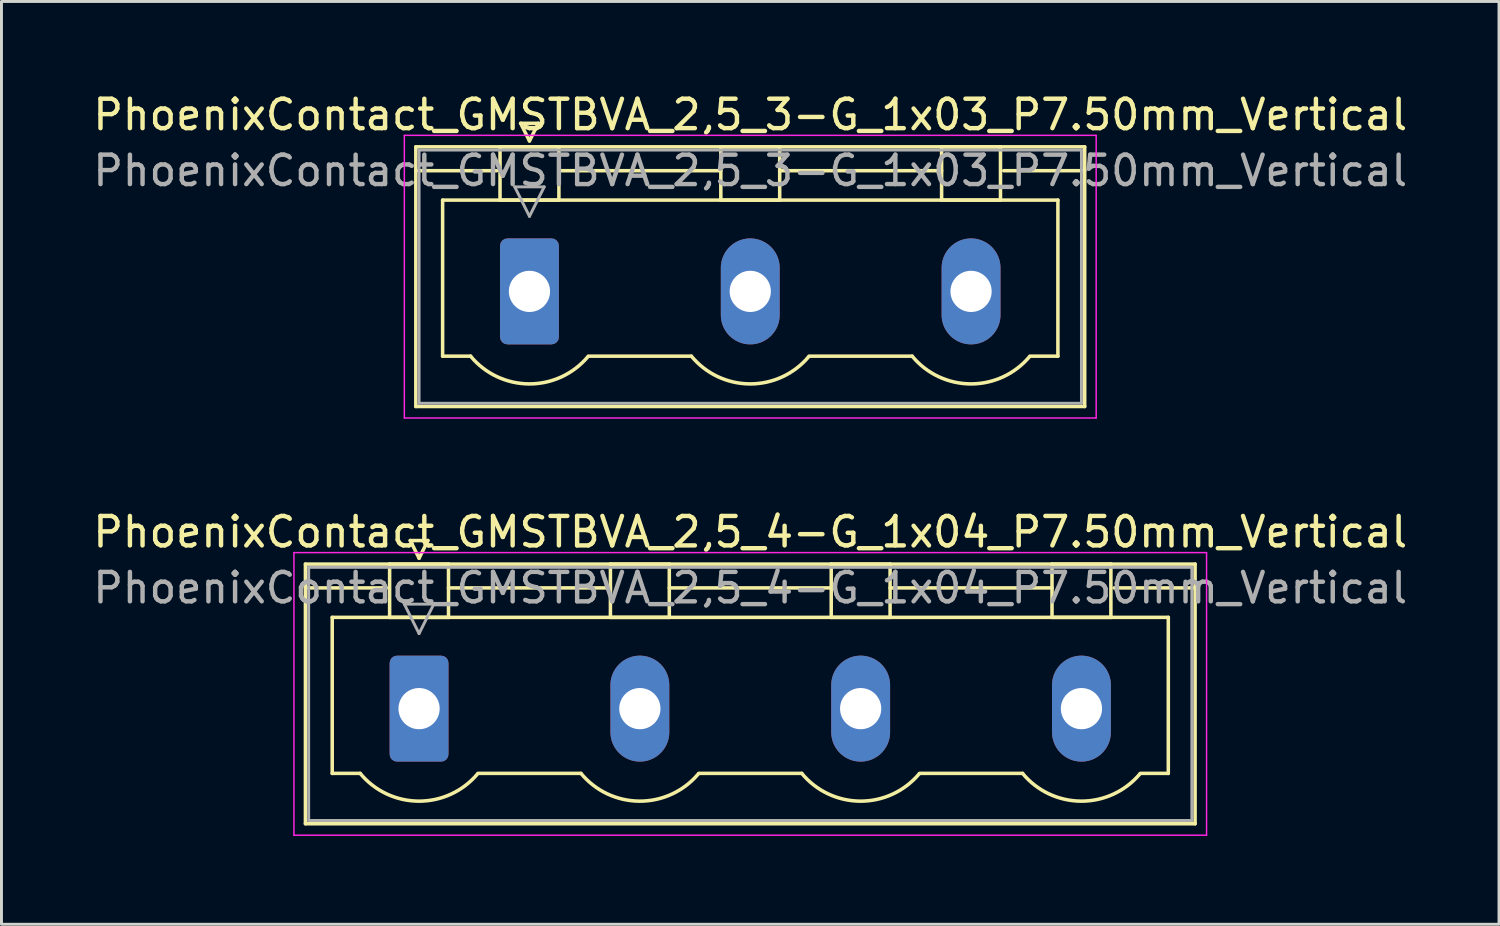
<source format=kicad_pcb>
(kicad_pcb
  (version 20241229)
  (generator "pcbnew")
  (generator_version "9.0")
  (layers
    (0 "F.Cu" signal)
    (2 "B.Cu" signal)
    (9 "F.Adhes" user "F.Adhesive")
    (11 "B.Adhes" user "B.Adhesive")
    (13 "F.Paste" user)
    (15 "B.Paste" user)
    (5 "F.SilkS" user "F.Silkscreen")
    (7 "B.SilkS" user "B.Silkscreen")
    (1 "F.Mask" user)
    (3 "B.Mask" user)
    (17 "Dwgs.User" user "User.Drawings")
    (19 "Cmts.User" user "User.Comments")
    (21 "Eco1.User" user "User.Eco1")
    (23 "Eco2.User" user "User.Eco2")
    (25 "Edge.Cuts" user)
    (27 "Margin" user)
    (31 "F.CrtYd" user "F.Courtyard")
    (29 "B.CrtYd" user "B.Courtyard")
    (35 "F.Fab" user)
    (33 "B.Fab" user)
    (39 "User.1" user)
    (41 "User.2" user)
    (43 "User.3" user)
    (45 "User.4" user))
  (footprint "PhoenixContact_GMSTBVA_2,5_3-G_1x03_P7.50mm_Vertical"
    (layer "F.Cu")
    (at 14.935 6.848)
    (property "Reference" "PhoenixContact_GMSTBVA_2,5_3-G_1x03_P7.50mm_Vertical" (at 7.5 -6 0) (layer "F.SilkS") (effects (font (size 1 1) (thickness 0.15))))
    (attr through_hole)
    (fp_line (start -3.86 -4.91) (end -3.86 3.91) (stroke (width 0.12) (type solid)) (layer "F.SilkS"))
    (fp_line (start -3.86 -4.1) (end -1.11 -4.1) (stroke (width 0.12) (type solid)) (layer "F.SilkS"))
    (fp_line (start -3.86 3.91) (end 18.86 3.91) (stroke (width 0.12) (type solid)) (layer "F.SilkS"))
    (fp_line (start -2.95 -3.1) (end 17.95 -3.1) (stroke (width 0.12) (type solid)) (layer "F.SilkS"))
    (fp_line (start -2.95 2.2) (end -2.95 -3.1) (stroke (width 0.12) (type solid)) (layer "F.SilkS"))
    (fp_line (start -2 2.2) (end -2.95 2.2) (stroke (width 0.12) (type solid)) (layer "F.SilkS"))
    (fp_line (start -1 -4.91) (end 1 -4.91) (stroke (width 0.12) (type solid)) (layer "F.SilkS"))
    (fp_line (start -1 -3.1) (end -1 -4.91) (stroke (width 0.12) (type solid)) (layer "F.SilkS"))
    (fp_line (start -0.3 -5.71) (end 0.3 -5.71) (stroke (width 0.12) (type solid)) (layer "F.SilkS"))
    (fp_line (start 0 -5.11) (end -0.3 -5.71) (stroke (width 0.12) (type solid)) (layer "F.SilkS"))
    (fp_line (start 0.3 -5.71) (end 0 -5.11) (stroke (width 0.12) (type solid)) (layer "F.SilkS"))
    (fp_line (start 1 -4.91) (end 1 -3.1) (stroke (width 0.12) (type solid)) (layer "F.SilkS"))
    (fp_line (start 1 -4.1) (end 6.5 -4.1) (stroke (width 0.12) (type solid)) (layer "F.SilkS"))
    (fp_line (start 1 -3.1) (end -1 -3.1) (stroke (width 0.12) (type solid)) (layer "F.SilkS"))
    (fp_line (start 2 2.2) (end 5.5 2.2) (stroke (width 0.12) (type solid)) (layer "F.SilkS"))
    (fp_line (start 6.5 -4.91) (end 8.5 -4.91) (stroke (width 0.12) (type solid)) (layer "F.SilkS"))
    (fp_line (start 6.5 -3.1) (end 6.5 -4.91) (stroke (width 0.12) (type solid)) (layer "F.SilkS"))
    (fp_line (start 8.5 -4.91) (end 8.5 -3.1) (stroke (width 0.12) (type solid)) (layer "F.SilkS"))
    (fp_line (start 8.5 -4.1) (end 14 -4.1) (stroke (width 0.12) (type solid)) (layer "F.SilkS"))
    (fp_line (start 8.5 -3.1) (end 6.5 -3.1) (stroke (width 0.12) (type solid)) (layer "F.SilkS"))
    (fp_line (start 9.5 2.2) (end 13 2.2) (stroke (width 0.12) (type solid)) (layer "F.SilkS"))
    (fp_line (start 14 -4.91) (end 16 -4.91) (stroke (width 0.12) (type solid)) (layer "F.SilkS"))
    (fp_line (start 14 -3.1) (end 14 -4.91) (stroke (width 0.12) (type solid)) (layer "F.SilkS"))
    (fp_line (start 16 -4.91) (end 16 -3.1) (stroke (width 0.12) (type solid)) (layer "F.SilkS"))
    (fp_line (start 16 -3.1) (end 14 -3.1) (stroke (width 0.12) (type solid)) (layer "F.SilkS"))
    (fp_line (start 17.95 -3.1) (end 17.95 2.2) (stroke (width 0.12) (type solid)) (layer "F.SilkS"))
    (fp_line (start 17.95 2.2) (end 17 2.2) (stroke (width 0.12) (type solid)) (layer "F.SilkS"))
    (fp_line (start 18.86 -4.91) (end -3.86 -4.91) (stroke (width 0.12) (type solid)) (layer "F.SilkS"))
    (fp_line (start 18.86 -4.1) (end 16.11 -4.1) (stroke (width 0.12) (type solid)) (layer "F.SilkS"))
    (fp_line (start 18.86 3.91) (end 18.86 -4.91) (stroke (width 0.12) (type solid)) (layer "F.SilkS"))
    (fp_arc (start 1.986842 2.215821) (mid -0.010289 3.142758) (end -2 2.2) (stroke (width 0.12) (type solid)) (layer "F.SilkS"))
    (fp_arc (start 9.486842 2.215821) (mid 7.489711 3.142758) (end 5.5 2.2) (stroke (width 0.12) (type solid)) (layer "F.SilkS"))
    (fp_arc (start 16.986842 2.215821) (mid 14.989711 3.142758) (end 13 2.2) (stroke (width 0.12) (type solid)) (layer "F.SilkS"))
    (fp_line (start -4.25 -5.3) (end -4.25 4.3) (stroke (width 0.05) (type solid)) (layer "F.CrtYd"))
    (fp_line (start -4.25 4.3) (end 19.25 4.3) (stroke (width 0.05) (type solid)) (layer "F.CrtYd"))
    (fp_line (start 19.25 -5.3) (end -4.25 -5.3) (stroke (width 0.05) (type solid)) (layer "F.CrtYd"))
    (fp_line (start 19.25 4.3) (end 19.25 -5.3) (stroke (width 0.05) (type solid)) (layer "F.CrtYd"))
    (fp_line (start -3.75 -4.8) (end -3.75 3.8) (stroke (width 0.1) (type solid)) (layer "F.Fab"))
    (fp_line (start -3.75 3.8) (end 18.75 3.8) (stroke (width 0.1) (type solid)) (layer "F.Fab"))
    (fp_line (start -0.5 -3.55) (end 0.5 -3.55) (stroke (width 0.1) (type solid)) (layer "F.Fab"))
    (fp_line (start 0 -2.55) (end -0.5 -3.55) (stroke (width 0.1) (type solid)) (layer "F.Fab"))
    (fp_line (start 0.5 -3.55) (end 0 -2.55) (stroke (width 0.1) (type solid)) (layer "F.Fab"))
    (fp_line (start 18.75 -4.8) (end -3.75 -4.8) (stroke (width 0.1) (type solid)) (layer "F.Fab"))
    (fp_line (start 18.75 3.8) (end 18.75 -4.8) (stroke (width 0.1) (type solid)) (layer "F.Fab"))
    (fp_text user "${REFERENCE}" (at 7.5 -4.1 0) (layer "F.Fab") (effects (font (size 1 1) (thickness 0.15))))
    (pad "1" thru_hole roundrect (at 0 0) (size 2 3.6) (drill 1.4) (layers "*.Cu" "*.Mask") (roundrect_rratio 0.125))
    (pad "2" thru_hole oval (at 7.5 0) (size 2 3.6) (drill 1.4) (layers "*.Cu" "*.Mask"))
    (pad "3" thru_hole oval (at 15 0) (size 2 3.6) (drill 1.4) (layers "*.Cu" "*.Mask")))
  (footprint "PhoenixContact_GMSTBVA_2,5_4-G_1x04_P7.50mm_Vertical"
    (layer "F.Cu")
    (at 11.185 21.021)
    (property "Reference" "PhoenixContact_GMSTBVA_2,5_4-G_1x04_P7.50mm_Vertical" (at 11.25 -6 0) (layer "F.SilkS") (effects (font (size 1 1) (thickness 0.15))))
    (attr through_hole)
    (fp_line (start -3.86 -4.91) (end -3.86 3.91) (stroke (width 0.12) (type solid)) (layer "F.SilkS"))
    (fp_line (start -3.86 -4.1) (end -1.11 -4.1) (stroke (width 0.12) (type solid)) (layer "F.SilkS"))
    (fp_line (start -3.86 3.91) (end 26.36 3.91) (stroke (width 0.12) (type solid)) (layer "F.SilkS"))
    (fp_line (start -2.95 -3.1) (end 25.45 -3.1) (stroke (width 0.12) (type solid)) (layer "F.SilkS"))
    (fp_line (start -2.95 2.2) (end -2.95 -3.1) (stroke (width 0.12) (type solid)) (layer "F.SilkS"))
    (fp_line (start -2 2.2) (end -2.95 2.2) (stroke (width 0.12) (type solid)) (layer "F.SilkS"))
    (fp_line (start -1 -4.91) (end 1 -4.91) (stroke (width 0.12) (type solid)) (layer "F.SilkS"))
    (fp_line (start -1 -3.1) (end -1 -4.91) (stroke (width 0.12) (type solid)) (layer "F.SilkS"))
    (fp_line (start -0.3 -5.71) (end 0.3 -5.71) (stroke (width 0.12) (type solid)) (layer "F.SilkS"))
    (fp_line (start 0 -5.11) (end -0.3 -5.71) (stroke (width 0.12) (type solid)) (layer "F.SilkS"))
    (fp_line (start 0.3 -5.71) (end 0 -5.11) (stroke (width 0.12) (type solid)) (layer "F.SilkS"))
    (fp_line (start 1 -4.91) (end 1 -3.1) (stroke (width 0.12) (type solid)) (layer "F.SilkS"))
    (fp_line (start 1 -4.1) (end 6.5 -4.1) (stroke (width 0.12) (type solid)) (layer "F.SilkS"))
    (fp_line (start 1 -3.1) (end -1 -3.1) (stroke (width 0.12) (type solid)) (layer "F.SilkS"))
    (fp_line (start 2 2.2) (end 5.5 2.2) (stroke (width 0.12) (type solid)) (layer "F.SilkS"))
    (fp_line (start 6.5 -4.91) (end 8.5 -4.91) (stroke (width 0.12) (type solid)) (layer "F.SilkS"))
    (fp_line (start 6.5 -3.1) (end 6.5 -4.91) (stroke (width 0.12) (type solid)) (layer "F.SilkS"))
    (fp_line (start 8.5 -4.91) (end 8.5 -3.1) (stroke (width 0.12) (type solid)) (layer "F.SilkS"))
    (fp_line (start 8.5 -4.1) (end 14 -4.1) (stroke (width 0.12) (type solid)) (layer "F.SilkS"))
    (fp_line (start 8.5 -3.1) (end 6.5 -3.1) (stroke (width 0.12) (type solid)) (layer "F.SilkS"))
    (fp_line (start 9.5 2.2) (end 13 2.2) (stroke (width 0.12) (type solid)) (layer "F.SilkS"))
    (fp_line (start 14 -4.91) (end 16 -4.91) (stroke (width 0.12) (type solid)) (layer "F.SilkS"))
    (fp_line (start 14 -3.1) (end 14 -4.91) (stroke (width 0.12) (type solid)) (layer "F.SilkS"))
    (fp_line (start 16 -4.91) (end 16 -3.1) (stroke (width 0.12) (type solid)) (layer "F.SilkS"))
    (fp_line (start 16 -4.1) (end 21.5 -4.1) (stroke (width 0.12) (type solid)) (layer "F.SilkS"))
    (fp_line (start 16 -3.1) (end 14 -3.1) (stroke (width 0.12) (type solid)) (layer "F.SilkS"))
    (fp_line (start 17 2.2) (end 20.5 2.2) (stroke (width 0.12) (type solid)) (layer "F.SilkS"))
    (fp_line (start 21.5 -4.91) (end 23.5 -4.91) (stroke (width 0.12) (type solid)) (layer "F.SilkS"))
    (fp_line (start 21.5 -3.1) (end 21.5 -4.91) (stroke (width 0.12) (type solid)) (layer "F.SilkS"))
    (fp_line (start 23.5 -4.91) (end 23.5 -3.1) (stroke (width 0.12) (type solid)) (layer "F.SilkS"))
    (fp_line (start 23.5 -3.1) (end 21.5 -3.1) (stroke (width 0.12) (type solid)) (layer "F.SilkS"))
    (fp_line (start 25.45 -3.1) (end 25.45 2.2) (stroke (width 0.12) (type solid)) (layer "F.SilkS"))
    (fp_line (start 25.45 2.2) (end 24.5 2.2) (stroke (width 0.12) (type solid)) (layer "F.SilkS"))
    (fp_line (start 26.36 -4.91) (end -3.86 -4.91) (stroke (width 0.12) (type solid)) (layer "F.SilkS"))
    (fp_line (start 26.36 -4.1) (end 23.61 -4.1) (stroke (width 0.12) (type solid)) (layer "F.SilkS"))
    (fp_line (start 26.36 3.91) (end 26.36 -4.91) (stroke (width 0.12) (type solid)) (layer "F.SilkS"))
    (fp_arc (start 1.986842 2.215821) (mid -0.010289 3.142758) (end -2 2.2) (stroke (width 0.12) (type solid)) (layer "F.SilkS"))
    (fp_arc (start 9.486842 2.215821) (mid 7.489711 3.142758) (end 5.5 2.2) (stroke (width 0.12) (type solid)) (layer "F.SilkS"))
    (fp_arc (start 16.986842 2.215821) (mid 14.989711 3.142758) (end 13 2.2) (stroke (width 0.12) (type solid)) (layer "F.SilkS"))
    (fp_arc (start 24.486842 2.215821) (mid 22.489711 3.142758) (end 20.5 2.2) (stroke (width 0.12) (type solid)) (layer "F.SilkS"))
    (fp_line (start -4.25 -5.3) (end -4.25 4.3) (stroke (width 0.05) (type solid)) (layer "F.CrtYd"))
    (fp_line (start -4.25 4.3) (end 26.75 4.3) (stroke (width 0.05) (type solid)) (layer "F.CrtYd"))
    (fp_line (start 26.75 -5.3) (end -4.25 -5.3) (stroke (width 0.05) (type solid)) (layer "F.CrtYd"))
    (fp_line (start 26.75 4.3) (end 26.75 -5.3) (stroke (width 0.05) (type solid)) (layer "F.CrtYd"))
    (fp_line (start -3.75 -4.8) (end -3.75 3.8) (stroke (width 0.1) (type solid)) (layer "F.Fab"))
    (fp_line (start -3.75 3.8) (end 26.25 3.8) (stroke (width 0.1) (type solid)) (layer "F.Fab"))
    (fp_line (start -0.5 -3.55) (end 0.5 -3.55) (stroke (width 0.1) (type solid)) (layer "F.Fab"))
    (fp_line (start 0 -2.55) (end -0.5 -3.55) (stroke (width 0.1) (type solid)) (layer "F.Fab"))
    (fp_line (start 0.5 -3.55) (end 0 -2.55) (stroke (width 0.1) (type solid)) (layer "F.Fab"))
    (fp_line (start 26.25 -4.8) (end -3.75 -4.8) (stroke (width 0.1) (type solid)) (layer "F.Fab"))
    (fp_line (start 26.25 3.8) (end 26.25 -4.8) (stroke (width 0.1) (type solid)) (layer "F.Fab"))
    (fp_text user "${REFERENCE}" (at 11.25 -4.1 0) (layer "F.Fab") (effects (font (size 1 1) (thickness 0.15))))
    (pad "1" thru_hole roundrect (at 0 0) (size 2 3.6) (drill 1.4) (layers "*.Cu" "*.Mask") (roundrect_rratio 0.125))
    (pad "2" thru_hole oval (at 7.5 0) (size 2 3.6) (drill 1.4) (layers "*.Cu" "*.Mask"))
    (pad "3" thru_hole oval (at 15 0) (size 2 3.6) (drill 1.4) (layers "*.Cu" "*.Mask"))
    (pad "4" thru_hole oval (at 22.5 0) (size 2 3.6) (drill 1.4) (layers "*.Cu" "*.Mask")))
  (gr_rect
    (start -3 -3)
    (end 47.869 28.346)
    (stroke (width 0.1) (type default))
    (fill no)
    (layer "Edge.Cuts")))
</source>
